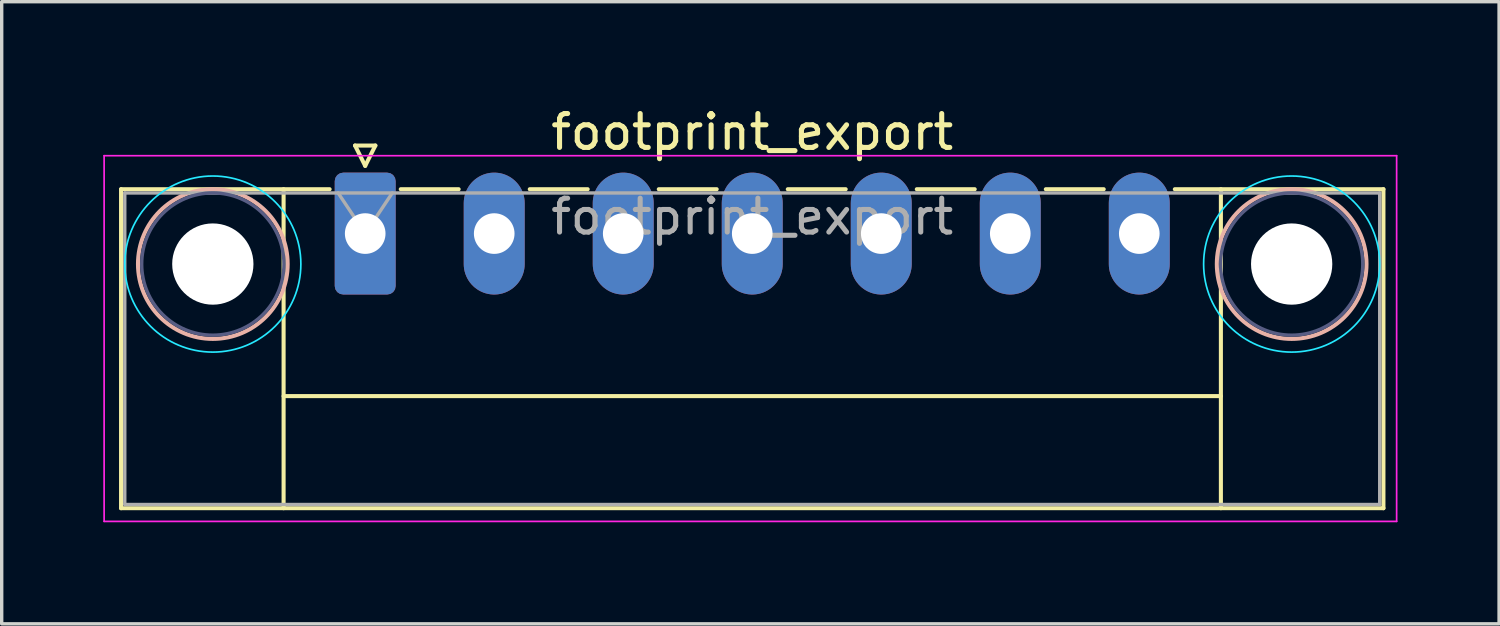
<source format=kicad_pcb>
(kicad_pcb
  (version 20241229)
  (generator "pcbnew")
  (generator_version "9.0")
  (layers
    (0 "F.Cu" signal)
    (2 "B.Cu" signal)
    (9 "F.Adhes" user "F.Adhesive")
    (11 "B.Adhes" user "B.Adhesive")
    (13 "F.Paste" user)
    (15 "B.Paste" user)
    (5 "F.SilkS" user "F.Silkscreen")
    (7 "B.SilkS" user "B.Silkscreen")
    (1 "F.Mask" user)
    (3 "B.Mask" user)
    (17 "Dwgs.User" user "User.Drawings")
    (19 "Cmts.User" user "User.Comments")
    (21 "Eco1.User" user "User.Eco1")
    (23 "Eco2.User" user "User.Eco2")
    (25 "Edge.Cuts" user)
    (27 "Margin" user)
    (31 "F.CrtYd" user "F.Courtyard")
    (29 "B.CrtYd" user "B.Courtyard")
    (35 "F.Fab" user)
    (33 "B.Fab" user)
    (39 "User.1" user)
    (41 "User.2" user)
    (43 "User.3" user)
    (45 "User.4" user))
  (footprint "footprint_export"
    (layer "F.Cu")
    (at 7.735 3.848)
    (property "Reference" "footprint_export" (at 11.43 -3 0) (layer "F.SilkS") (effects (font (size 1 1) (thickness 0.15))))
    (attr through_hole)
    (fp_line (start -7.21 -1.31) (end -7.21 8.11) (stroke (width 0.12) (type solid)) (layer "F.SilkS"))
    (fp_line (start -7.21 -1.31) (end -1.05 -1.31) (stroke (width 0.12) (type solid)) (layer "F.SilkS"))
    (fp_line (start -7.21 8.11) (end 30.07 8.11) (stroke (width 0.12) (type solid)) (layer "F.SilkS"))
    (fp_line (start -2.41 -1.31) (end -2.41 8.11) (stroke (width 0.12) (type solid)) (layer "F.SilkS"))
    (fp_line (start -2.41 4.8) (end 25.27 4.8) (stroke (width 0.12) (type solid)) (layer "F.SilkS"))
    (fp_line (start -0.3 -2.6) (end 0.3 -2.6) (stroke (width 0.12) (type solid)) (layer "F.SilkS"))
    (fp_line (start 0 -2) (end -0.3 -2.6) (stroke (width 0.12) (type solid)) (layer "F.SilkS"))
    (fp_line (start 0.3 -2.6) (end 0 -2) (stroke (width 0.12) (type solid)) (layer "F.SilkS"))
    (fp_line (start 1.05 -1.31) (end 2.76 -1.31) (stroke (width 0.12) (type solid)) (layer "F.SilkS"))
    (fp_line (start 4.86 -1.31) (end 6.57 -1.31) (stroke (width 0.12) (type solid)) (layer "F.SilkS"))
    (fp_line (start 8.67 -1.31) (end 10.38 -1.31) (stroke (width 0.12) (type solid)) (layer "F.SilkS"))
    (fp_line (start 12.48 -1.31) (end 14.19 -1.31) (stroke (width 0.12) (type solid)) (layer "F.SilkS"))
    (fp_line (start 16.29 -1.31) (end 18 -1.31) (stroke (width 0.12) (type solid)) (layer "F.SilkS"))
    (fp_line (start 20.1 -1.31) (end 21.81 -1.31) (stroke (width 0.12) (type solid)) (layer "F.SilkS"))
    (fp_line (start 25.27 -1.31) (end 25.27 8.11) (stroke (width 0.12) (type solid)) (layer "F.SilkS"))
    (fp_line (start 30.07 -1.31) (end 23.91 -1.31) (stroke (width 0.12) (type solid)) (layer "F.SilkS"))
    (fp_line (start 30.07 8.11) (end 30.07 -1.31) (stroke (width 0.12) (type solid)) (layer "F.SilkS"))
    (fp_circle (center -4.5 0.9) (end -2.29 0.9) (stroke (width 0.12) (type solid)) (fill no) (layer "B.SilkS"))
    (fp_circle (center 27.36 0.9) (end 29.57 0.9) (stroke (width 0.12) (type solid)) (fill no) (layer "B.SilkS"))
    (fp_circle (center -4.5 0.9) (end -1.9 0.9) (stroke (width 0.05) (type solid)) (fill no) (layer "B.CrtYd"))
    (fp_circle (center 27.36 0.9) (end 29.96 0.9) (stroke (width 0.05) (type solid)) (fill no) (layer "B.CrtYd"))
    (fp_line (start -7.71 -2.3) (end -7.71 8.5) (stroke (width 0.05) (type solid)) (layer "F.CrtYd"))
    (fp_line (start -7.71 8.5) (end 30.46 8.5) (stroke (width 0.05) (type solid)) (layer "F.CrtYd"))
    (fp_line (start 30.46 -2.3) (end -7.71 -2.3) (stroke (width 0.05) (type solid)) (layer "F.CrtYd"))
    (fp_line (start 30.46 8.5) (end 30.46 -2.3) (stroke (width 0.05) (type solid)) (layer "F.CrtYd"))
    (fp_circle (center -4.5 0.9) (end -2.4 0.9) (stroke (width 0.1) (type solid)) (fill no) (layer "B.Fab"))
    (fp_circle (center 27.36 0.9) (end 29.46 0.9) (stroke (width 0.1) (type solid)) (fill no) (layer "B.Fab"))
    (fp_line (start -7.1 -1.2) (end -7.1 8) (stroke (width 0.1) (type solid)) (layer "F.Fab"))
    (fp_line (start -7.1 8) (end 29.96 8) (stroke (width 0.1) (type solid)) (layer "F.Fab"))
    (fp_line (start 0 0) (end -0.8 -1.2) (stroke (width 0.1) (type solid)) (layer "F.Fab"))
    (fp_line (start 0.8 -1.2) (end 0 0) (stroke (width 0.1) (type solid)) (layer "F.Fab"))
    (fp_line (start 29.96 -1.2) (end -7.1 -1.2) (stroke (width 0.1) (type solid)) (layer "F.Fab"))
    (fp_line (start 29.96 8) (end 29.96 -1.2) (stroke (width 0.1) (type solid)) (layer "F.Fab"))
    (fp_text user "${REFERENCE}" (at 11.43 -0.5 0) (layer "F.Fab") (effects (font (size 1 1) (thickness 0.15))))
    (pad "" np_thru_hole circle (at -4.5 0.9) (size 2.4 2.4) (drill 2.4) (layers "*.Cu" "*.Mask"))
    (pad "" np_thru_hole circle (at 27.36 0.9) (size 2.4 2.4) (drill 2.4) (layers "*.Cu" "*.Mask"))
    (pad "1" thru_hole roundrect (at 0 0) (size 1.8 3.6) (drill 1.2) (layers "*.Cu" "*.Mask") (roundrect_rratio 0.139))
    (pad "2" thru_hole oval (at 3.81 0) (size 1.8 3.6) (drill 1.2) (layers "*.Cu" "*.Mask"))
    (pad "3" thru_hole oval (at 7.62 0) (size 1.8 3.6) (drill 1.2) (layers "*.Cu" "*.Mask"))
    (pad "4" thru_hole oval (at 11.43 0) (size 1.8 3.6) (drill 1.2) (layers "*.Cu" "*.Mask"))
    (pad "5" thru_hole oval (at 15.24 0) (size 1.8 3.6) (drill 1.2) (layers "*.Cu" "*.Mask"))
    (pad "6" thru_hole oval (at 19.05 0) (size 1.8 3.6) (drill 1.2) (layers "*.Cu" "*.Mask"))
    (pad "7" thru_hole oval (at 22.86 0) (size 1.8 3.6) (drill 1.2) (layers "*.Cu" "*.Mask")))
  (gr_rect
    (start -3 -3)
    (end 41.22 15.373)
    (stroke (width 0.1) (type default))
    (fill no)
    (layer "Edge.Cuts")))
</source>
